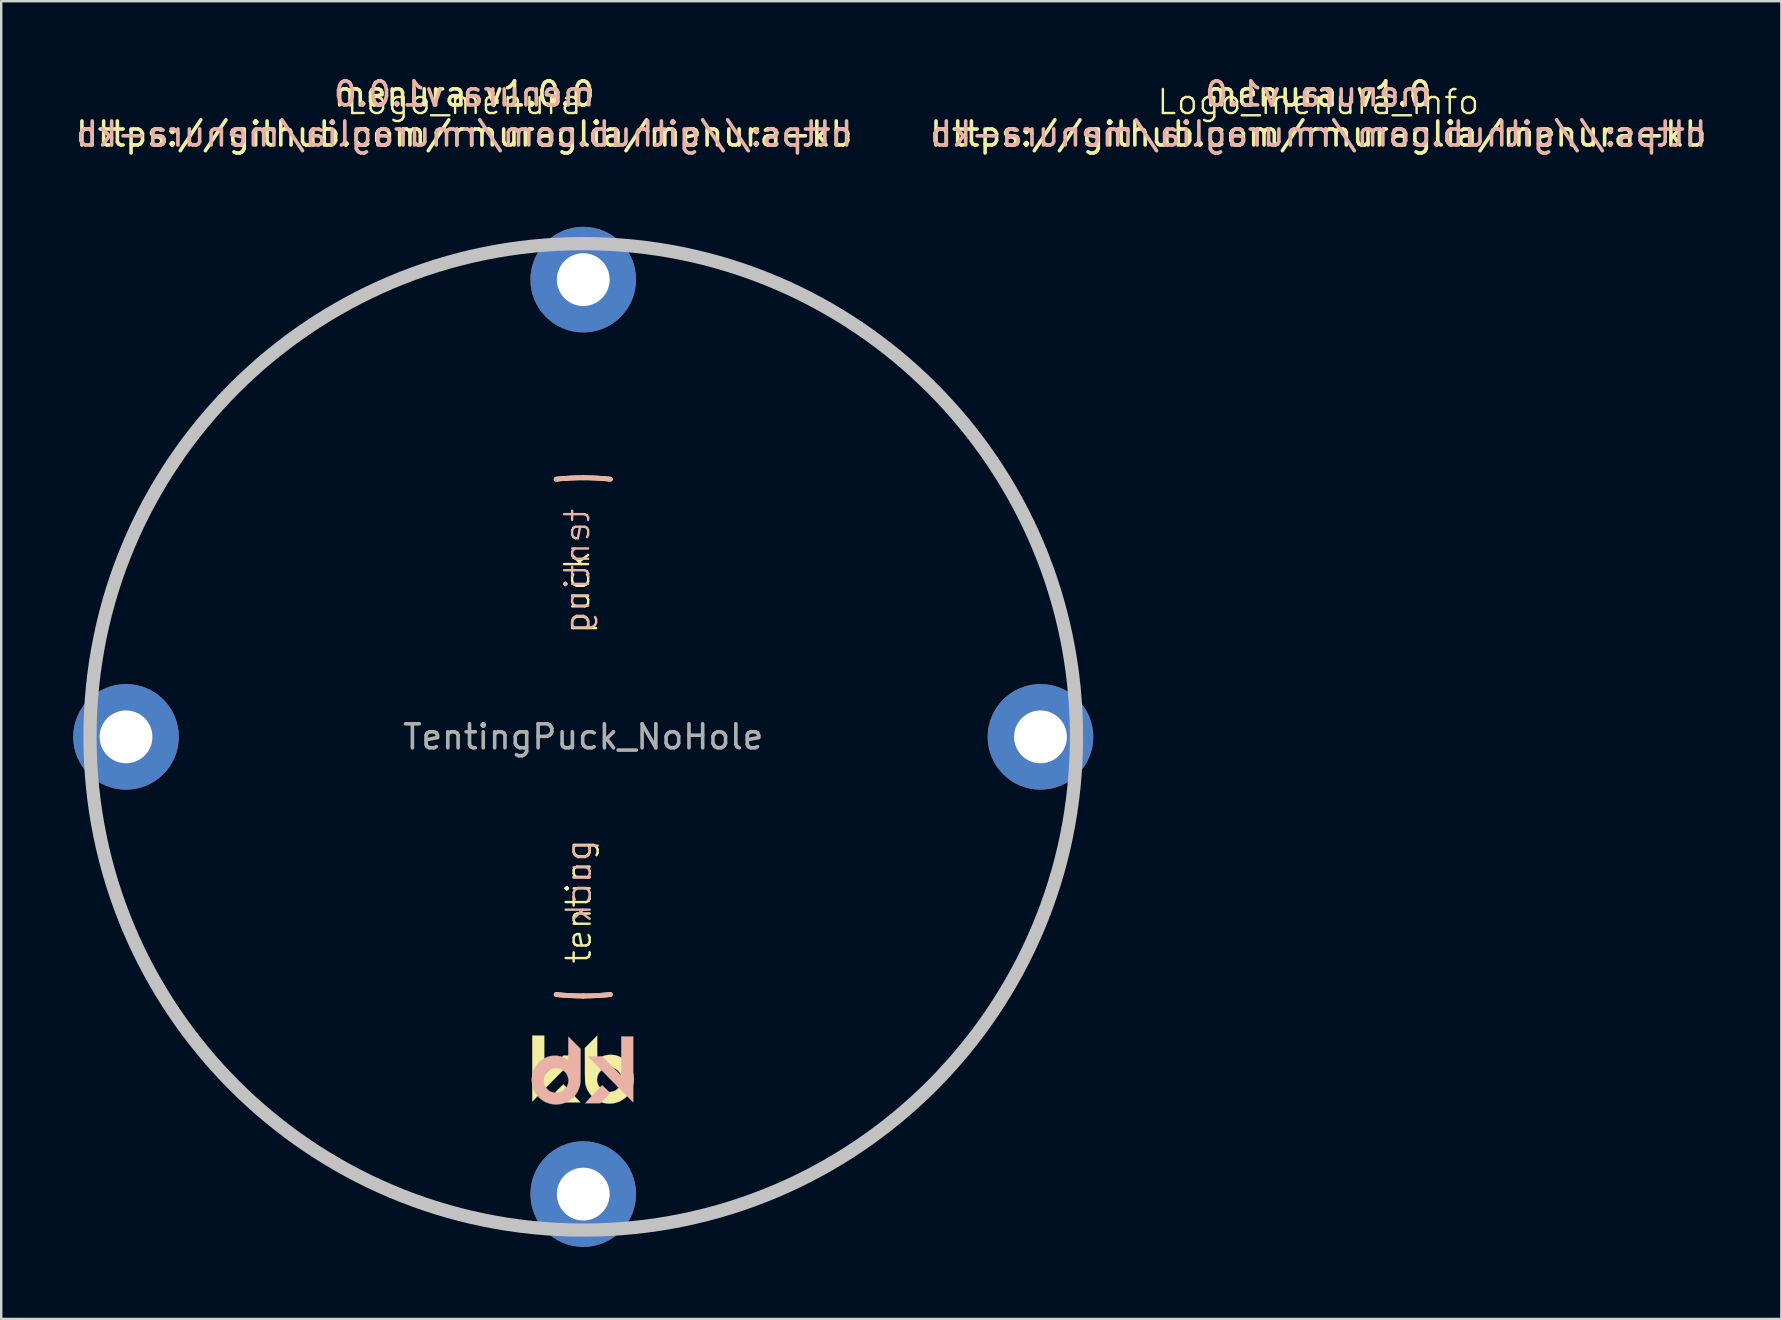
<source format=kicad_pcb>
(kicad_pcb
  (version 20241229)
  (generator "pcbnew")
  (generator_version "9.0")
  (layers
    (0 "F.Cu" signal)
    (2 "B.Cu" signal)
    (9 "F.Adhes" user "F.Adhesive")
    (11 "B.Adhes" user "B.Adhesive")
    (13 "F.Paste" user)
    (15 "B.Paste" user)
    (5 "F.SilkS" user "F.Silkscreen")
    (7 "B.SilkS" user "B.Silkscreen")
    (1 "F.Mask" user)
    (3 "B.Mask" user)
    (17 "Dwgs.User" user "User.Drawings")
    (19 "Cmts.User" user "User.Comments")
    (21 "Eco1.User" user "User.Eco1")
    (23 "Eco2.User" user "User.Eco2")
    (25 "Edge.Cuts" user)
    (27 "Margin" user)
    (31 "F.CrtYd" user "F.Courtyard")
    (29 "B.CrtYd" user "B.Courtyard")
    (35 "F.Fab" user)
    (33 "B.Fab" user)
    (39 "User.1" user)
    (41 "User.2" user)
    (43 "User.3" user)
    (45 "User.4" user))
  (footprint "Logo_menura_info"
    (layer "F.Cu")
    (at 51.875 1.7)
    (property "Reference" "Logo_menura_info" (at 0 -0.5 0) (unlocked yes) (layer "F.SilkS") (effects (font (size 1 1) (thickness 0.1))))
    (fp_text user "https://github.com/rmuraglia/menura-kb" (at 0 0.25 0) (unlocked yes) (layer "F.SilkS") (effects (font (size 1 1) (thickness 0.15)) (justify top)))
    (fp_text user "menura v1.0" (at 0 -0.25 0) (unlocked yes) (layer "F.SilkS") (effects (font (size 1 1) (thickness 0.15)) (justify bottom)))
    (fp_text user "menura v1.0" (at 0 -0.25 0) (unlocked yes) (layer "B.SilkS") (effects (font (size 1 1) (thickness 0.15)) (justify bottom mirror)))
    (fp_text user "https://github.com/rmuraglia/menura-kb" (at 0 0.25 0) (unlocked yes) (layer "B.SilkS") (effects (font (size 1 1) (thickness 0.15)) (justify top mirror))))
  (footprint "Logo_menura"
    (layer "F.Cu")
    (at 16.292 1.7)
    (property "Reference" "Logo_menura" (at 0 -0.5 0) (unlocked yes) (layer "F.SilkS") (effects (font (size 1 1) (thickness 0.1))))
    (fp_text user "https://github.com/rmuraglia/menura-kb" (at 0 0.25 0) (unlocked yes) (layer "F.SilkS") (effects (font (size 1 1) (thickness 0.15)) (justify top)))
    (fp_text user "menura v1.0.0" (at 0 -0.25 0) (unlocked yes) (layer "F.SilkS") (effects (font (size 1 1) (thickness 0.15)) (justify bottom)))
    (fp_text user "menura v1.0.0" (at 0 -0.25 0) (unlocked yes) (layer "B.SilkS") (effects (font (size 1 1) (thickness 0.15)) (justify bottom mirror)))
    (fp_text user "https://github.com/rmuraglia/menura-kb" (at 0 0.25 0) (unlocked yes) (layer "B.SilkS") (effects (font (size 1 1) (thickness 0.15)) (justify top mirror))))
  (footprint "TentingPuck_NoHole"
    (layer "F.Cu")
    (at 21.25 27.65)
    (property "Reference" "TentingPuck_NoHole" (at 0 0 0) (layer "F.Fab") (effects (font (size 1 1) (thickness 0.15))))
    (attr exclude_from_pos_files exclude_from_bom)
    (fp_arc (start -20.32 -2.8575) (mid -19.91151 -4.959786) (end -19.286134 -7.008048) (stroke (width 0.2) (type solid)) (layer "F.SilkS"))
    (fp_arc (start -19.286134 7.008047) (mid -19.91151 4.959786) (end -20.32 2.8575) (stroke (width 0.2) (type solid)) (layer "F.SilkS"))
    (fp_arc (start -7.008048 -19.286134) (mid -4.959786 -19.91151) (end -2.8575 -20.32) (stroke (width 0.2) (type solid)) (layer "F.SilkS"))
    (fp_arc (start -2.8575 20.32) (mid -4.959785 19.91151) (end -7.008046 19.286135) (stroke (width 0.2) (type solid)) (layer "F.SilkS"))
    (fp_arc (start -1.128385 -10.735864) (mid -0.564967 -10.780206) (end 0 -10.795) (stroke (width 0.2) (type solid)) (layer "F.SilkS"))
    (fp_arc (start 0 -10.795) (mid 0.564967 -10.780206) (end 1.128385 -10.735864) (stroke (width 0.2) (type solid)) (layer "F.SilkS"))
    (fp_arc (start 0 10.795) (mid -0.564967 10.780206) (end -1.128385 10.735864) (stroke (width 0.2) (type solid)) (layer "F.SilkS"))
    (fp_arc (start 1.128385 10.735864) (mid 0.564967 10.780206) (end 0 10.795) (stroke (width 0.2) (type solid)) (layer "F.SilkS"))
    (fp_arc (start 2.8575 -20.32) (mid 4.959786 -19.91151) (end 7.008047 -19.286134) (stroke (width 0.2) (type solid)) (layer "F.SilkS"))
    (fp_arc (start 7.008047 19.286134) (mid 4.959786 19.91151) (end 2.8575 20.32) (stroke (width 0.2) (type solid)) (layer "F.SilkS"))
    (fp_arc (start 19.286135 -7.008045) (mid 19.91151 -4.959785) (end 20.32 -2.8575) (stroke (width 0.2) (type solid)) (layer "F.SilkS"))
    (fp_arc (start 20.32 2.8575) (mid 19.91151 4.959785) (end 19.286135 7.008046) (stroke (width 0.2) (type solid)) (layer "F.SilkS"))
    (fp_poly (pts (xy -1.627 14.082) (xy -0.824 13.279) (xy -0.535 13.282) (xy -0.247 13.285) (xy -1.094 14.145) (xy -1.212 14.265) (xy -1.327 14.382) (xy -1.437 14.494) (xy -1.542 14.6) (xy -1.64 14.7) (xy -1.731 14.791) (xy -1.811 14.874) (xy -1.882 14.945) (xy -1.941 15.005) (xy -1.987 15.052) (xy -2.019 15.084) (xy -2.032 15.098) (xy -2.123 15.19) (xy -2.123 12.448) (xy -1.627 12.448) (xy -1.627 14.082)) (stroke (width 0.01) (type solid)) (fill yes) (layer "F.SilkS"))
    (fp_poly (pts (xy -0.82 14.488) (xy -0.797 14.511) (xy -0.763 14.547) (xy -0.719 14.593) (xy -0.666 14.647) (xy -0.609 14.708) (xy -0.547 14.773) (xy -0.483 14.841) (xy -0.42 14.908) (xy -0.359 14.973) (xy -0.302 15.034) (xy -0.251 15.089) (xy -0.208 15.135) (xy -0.175 15.171) (xy -0.154 15.194) (xy -0.152 15.197) (xy -0.124 15.231) (xy -0.744 15.231) (xy -0.917 15.055) (xy -0.971 15) (xy -1.021 14.948) (xy -1.065 14.903) (xy -1.099 14.868) (xy -1.121 14.844) (xy -1.124 14.841) (xy -1.158 14.803) (xy -0.997 14.642) (xy -0.948 14.592) (xy -0.903 14.549) (xy -0.867 14.514) (xy -0.842 14.491) (xy -0.829 14.48) (xy -0.829 14.48) (xy -0.82 14.488)) (stroke (width 0.01) (type solid)) (fill yes) (layer "F.SilkS"))
    (fp_poly (pts (xy 0.578 12.948) (xy 0.578 13.052) (xy 0.579 13.149) (xy 0.58 13.236) (xy 0.581 13.31) (xy 0.582 13.37) (xy 0.583 13.413) (xy 0.585 13.437) (xy 0.586 13.441) (xy 0.598 13.435) (xy 0.623 13.419) (xy 0.647 13.401) (xy 0.762 13.331) (xy 0.884 13.282) (xy 1.014 13.254) (xy 1.153 13.247) (xy 1.171 13.248) (xy 1.261 13.255) (xy 1.337 13.267) (xy 1.409 13.286) (xy 1.484 13.315) (xy 1.554 13.348) (xy 1.682 13.423) (xy 1.795 13.515) (xy 1.892 13.622) (xy 1.972 13.743) (xy 2.033 13.874) (xy 2.076 14.016) (xy 2.099 14.167) (xy 2.102 14.256) (xy 2.092 14.409) (xy 2.061 14.553) (xy 2.008 14.693) (xy 1.95 14.8) (xy 1.865 14.92) (xy 1.763 15.025) (xy 1.648 15.113) (xy 1.521 15.184) (xy 1.385 15.236) (xy 1.241 15.268) (xy 1.093 15.279) (xy 0.993 15.275) (xy 0.848 15.25) (xy 0.707 15.204) (xy 0.574 15.138) (xy 0.452 15.054) (xy 0.343 14.954) (xy 0.335 14.944) (xy 0.254 14.84) (xy 0.184 14.722) (xy 0.129 14.596) (xy 0.092 14.469) (xy 0.083 14.423) (xy 0.08 14.394) (xy 0.078 14.344) (xy 0.076 14.294) (xy 0.573 14.294) (xy 0.583 14.391) (xy 0.614 14.485) (xy 0.642 14.539) (xy 0.709 14.628) (xy 0.789 14.699) (xy 0.878 14.751) (xy 0.975 14.784) (xy 1.076 14.797) (xy 1.18 14.789) (xy 1.253 14.769) (xy 1.296 14.753) (xy 1.337 14.736) (xy 1.353 14.728) (xy 1.398 14.697) (xy 1.448 14.651) (xy 1.496 14.595) (xy 1.537 14.537) (xy 1.559 14.498) (xy 1.579 14.454) (xy 1.591 14.415) (xy 1.599 14.373) (xy 1.603 14.318) (xy 1.603 14.313) (xy 1.6 14.205) (xy 1.577 14.107) (xy 1.534 14.014) (xy 1.516 13.985) (xy 1.451 13.908) (xy 1.372 13.845) (xy 1.283 13.8) (xy 1.186 13.772) (xy 1.085 13.763) (xy 0.984 13.773) (xy 0.885 13.803) (xy 0.871 13.81) (xy 0.783 13.863) (xy 0.709 13.931) (xy 0.65 14.011) (xy 0.607 14.101) (xy 0.581 14.196) (xy 0.573 14.294) (xy 0.076 14.294) (xy 0.076 14.274) (xy 0.074 14.185) (xy 0.072 14.078) (xy 0.071 13.955) (xy 0.071 13.818) (xy 0.071 13.668) (xy 0.071 13.656) (xy 0.07 12.964) (xy 0.578 12.454) (xy 0.578 12.948)) (stroke (width 0.01) (type solid)) (fill yes) (layer "F.SilkS"))
    (fp_arc (start -20.32 -2.8575) (mid -19.91151 -4.959784) (end -19.286136 -7.008044) (stroke (width 0.2) (type solid)) (layer "B.SilkS"))
    (fp_arc (start -19.286135 7.008046) (mid -19.91151 4.959785) (end -20.32 2.8575) (stroke (width 0.2) (type solid)) (layer "B.SilkS"))
    (fp_arc (start -7.008046 -19.286135) (mid -4.959785 -19.91151) (end -2.8575 -20.32) (stroke (width 0.2) (type solid)) (layer "B.SilkS"))
    (fp_arc (start -2.8575 20.32) (mid -4.959785 19.91151) (end -7.008045 19.286135) (stroke (width 0.2) (type solid)) (layer "B.SilkS"))
    (fp_arc (start -1.128385 -10.735864) (mid -0.564967 -10.780206) (end 0 -10.795) (stroke (width 0.2) (type solid)) (layer "B.SilkS"))
    (fp_arc (start 0 -10.795) (mid 0.564967 -10.780206) (end 1.128385 -10.735864) (stroke (width 0.2) (type solid)) (layer "B.SilkS"))
    (fp_arc (start 0 10.795) (mid -0.564967 10.780206) (end -1.128385 10.735864) (stroke (width 0.2) (type solid)) (layer "B.SilkS"))
    (fp_arc (start 1.128385 10.735864) (mid 0.564967 10.780206) (end 0 10.795) (stroke (width 0.2) (type solid)) (layer "B.SilkS"))
    (fp_arc (start 2.8575 -20.32) (mid 4.959787 -19.91151) (end 7.008049 -19.286134) (stroke (width 0.2) (type solid)) (layer "B.SilkS"))
    (fp_arc (start 7.008045 19.286135) (mid 4.959785 19.91151) (end 2.8575 20.32) (stroke (width 0.2) (type solid)) (layer "B.SilkS"))
    (fp_arc (start 19.286134 -7.008048) (mid 19.91151 -4.959786) (end 20.32 -2.8575) (stroke (width 0.2) (type solid)) (layer "B.SilkS"))
    (fp_arc (start 20.32 2.8575) (mid 19.91151 4.959786) (end 19.286134 7.008048) (stroke (width 0.2) (type solid)) (layer "B.SilkS"))
    (fp_poly (pts (xy 1.584 14.118) (xy 0.782 13.315) (xy 0.493 13.318) (xy 0.205 13.322) (xy 1.052 14.182) (xy 1.17 14.301) (xy 1.285 14.418) (xy 1.395 14.53) (xy 1.5 14.637) (xy 1.598 14.736) (xy 1.688 14.828) (xy 1.769 14.91) (xy 1.84 14.981) (xy 1.899 15.041) (xy 1.944 15.088) (xy 1.976 15.12) (xy 1.99 15.134) (xy 2.081 15.226) (xy 2.081 12.484) (xy 1.584 12.484) (xy 1.584 14.118)) (stroke (width 0.01) (type solid)) (fill yes) (layer "B.SilkS"))
    (fp_poly (pts (xy 0.778 14.525) (xy 0.755 14.547) (xy 0.721 14.583) (xy 0.676 14.629) (xy 0.624 14.684) (xy 0.566 14.745) (xy 0.505 14.81) (xy 0.441 14.877) (xy 0.378 14.944) (xy 0.316 15.009) (xy 0.259 15.07) (xy 0.208 15.125) (xy 0.166 15.172) (xy 0.133 15.207) (xy 0.112 15.231) (xy 0.11 15.233) (xy 0.082 15.267) (xy 0.702 15.267) (xy 0.875 15.091) (xy 0.929 15.036) (xy 0.979 14.985) (xy 1.023 14.939) (xy 1.057 14.904) (xy 1.079 14.88) (xy 1.082 14.877) (xy 1.116 14.839) (xy 0.955 14.678) (xy 0.905 14.628) (xy 0.861 14.585) (xy 0.825 14.55) (xy 0.799 14.527) (xy 0.787 14.517) (xy 0.787 14.516) (xy 0.778 14.525)) (stroke (width 0.01) (type solid)) (fill yes) (layer "B.SilkS"))
    (fp_poly (pts (xy -0.621 12.984) (xy -0.621 13.088) (xy -0.621 13.185) (xy -0.622 13.272) (xy -0.623 13.346) (xy -0.624 13.406) (xy -0.625 13.45) (xy -0.627 13.473) (xy -0.628 13.477) (xy -0.64 13.471) (xy -0.665 13.455) (xy -0.689 13.438) (xy -0.804 13.367) (xy -0.926 13.318) (xy -1.057 13.29) (xy -1.196 13.284) (xy -1.214 13.284) (xy -1.303 13.291) (xy -1.38 13.303) (xy -1.451 13.322) (xy -1.526 13.351) (xy -1.596 13.384) (xy -1.724 13.459) (xy -1.837 13.551) (xy -1.934 13.658) (xy -2.014 13.779) (xy -2.076 13.911) (xy -2.118 14.053) (xy -2.141 14.203) (xy -2.145 14.293) (xy -2.134 14.445) (xy -2.103 14.59) (xy -2.05 14.729) (xy -1.993 14.836) (xy -1.907 14.956) (xy -1.805 15.061) (xy -1.69 15.149) (xy -1.563 15.22) (xy -1.427 15.272) (xy -1.283 15.304) (xy -1.135 15.316) (xy -1.035 15.311) (xy -0.89 15.286) (xy -0.75 15.24) (xy -0.616 15.174) (xy -0.494 15.09) (xy -0.386 14.99) (xy -0.377 14.981) (xy -0.296 14.876) (xy -0.226 14.758) (xy -0.171 14.632) (xy -0.134 14.505) (xy -0.125 14.459) (xy -0.122 14.43) (xy -0.12 14.38) (xy -0.118 14.33) (xy -0.615 14.33) (xy -0.625 14.428) (xy -0.656 14.522) (xy -0.684 14.576) (xy -0.751 14.664) (xy -0.831 14.735) (xy -0.92 14.787) (xy -1.017 14.82) (xy -1.119 14.833) (xy -1.222 14.825) (xy -1.295 14.805) (xy -1.338 14.789) (xy -1.379 14.772) (xy -1.395 14.764) (xy -1.441 14.733) (xy -1.49 14.687) (xy -1.538 14.632) (xy -1.579 14.573) (xy -1.601 14.534) (xy -1.621 14.49) (xy -1.634 14.452) (xy -1.641 14.409) (xy -1.645 14.354) (xy -1.646 14.349) (xy -1.642 14.241) (xy -1.619 14.144) (xy -1.576 14.05) (xy -1.558 14.022) (xy -1.493 13.944) (xy -1.415 13.882) (xy -1.325 13.836) (xy -1.228 13.808) (xy -1.127 13.799) (xy -1.026 13.809) (xy -0.927 13.84) (xy -0.913 13.846) (xy -0.825 13.899) (xy -0.751 13.967) (xy -0.692 14.047) (xy -0.649 14.137) (xy -0.623 14.232) (xy -0.615 14.33) (xy -0.118 14.33) (xy -0.118 14.31) (xy -0.116 14.221) (xy -0.115 14.114) (xy -0.114 13.991) (xy -0.113 13.854) (xy -0.113 13.704) (xy -0.113 13.692) (xy -0.113 13) (xy -0.62 12.49) (xy -0.621 12.984)) (stroke (width 0.01) (type solid)) (fill yes) (layer "B.SilkS"))
    (fp_circle (center 0 0) (end 20.55 0) (stroke (width 0.55) (type solid)) (fill no) (layer "Dwgs.User"))
    (fp_text user "puck" (at -0.254 -6.032 90) (unlocked yes) (layer "F.SilkS") (effects (font (size 1 1) (thickness 0.1))))
    (fp_text user "tenting" (at -0.191 6.858 90) (unlocked yes) (layer "F.SilkS") (effects (font (size 1 1) (thickness 0.1))))
    (fp_text user "tenting" (at -0.254 -6.921 90) (unlocked yes) (layer "B.SilkS") (effects (font (size 1 1) (thickness 0.1)) (justify mirror)))
    (fp_text user "puck" (at -0.191 6.032 90) (unlocked yes) (layer "B.SilkS") (effects (font (size 1 1) (thickness 0.1)) (justify mirror)))
    (pad "1" thru_hole circle (at -19.05 0) (size 4.4 4.4) (drill 2.2) (layers "*.Cu" "*.Mask"))
    (pad "1" thru_hole circle (at 0 -19.05) (size 4.4 4.4) (drill 2.2) (layers "*.Cu" "*.Mask"))
    (pad "1" thru_hole circle (at 0 19.05) (size 4.4 4.4) (drill 2.2) (layers "*.Cu" "*.Mask"))
    (pad "1" thru_hole circle (at 19.05 0) (size 4.4 4.4) (drill 2.2) (layers "*.Cu" "*.Mask")))
  (gr_rect
    (start -3 -3)
    (end 71.167 51.9)
    (stroke (width 0.1) (type default))
    (fill no)
    (layer "Edge.Cuts")))
</source>
